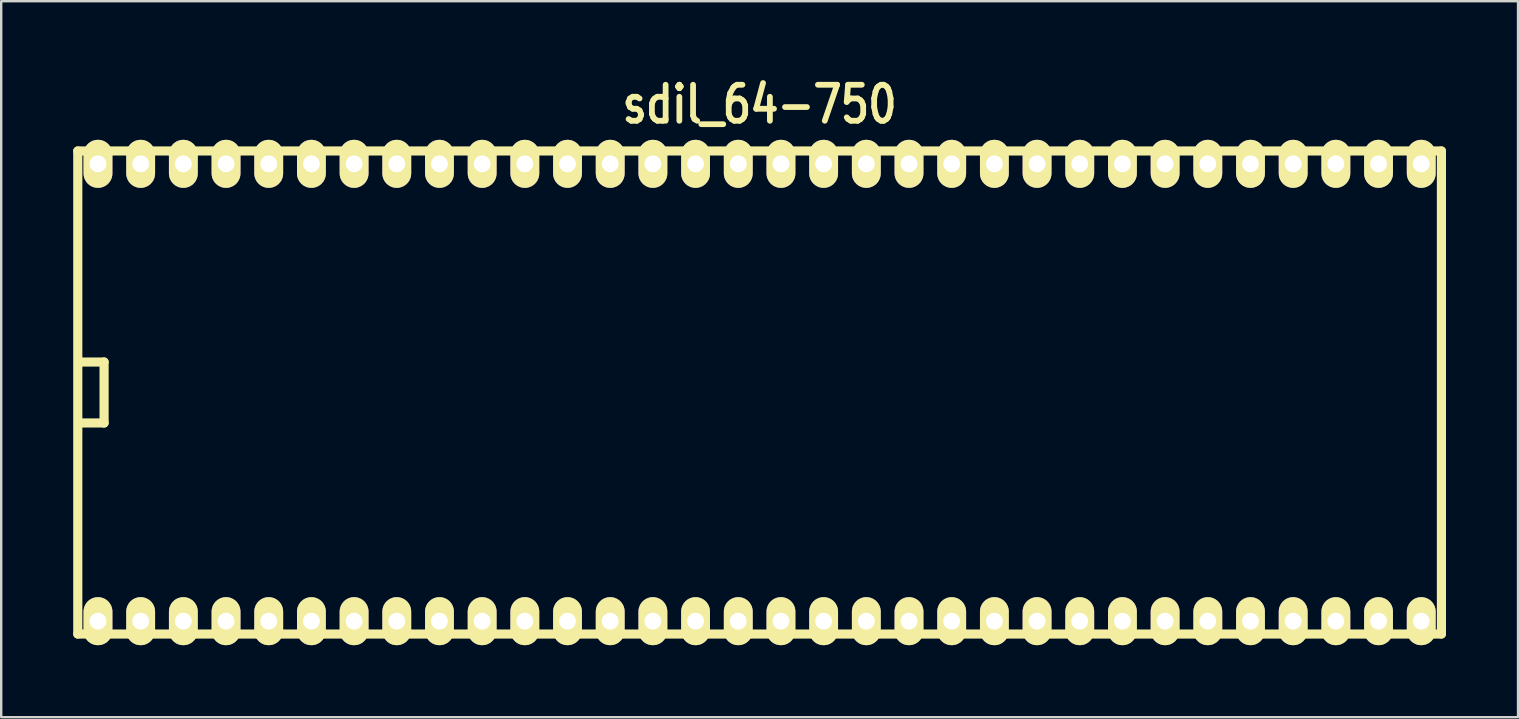
<source format=kicad_pcb>
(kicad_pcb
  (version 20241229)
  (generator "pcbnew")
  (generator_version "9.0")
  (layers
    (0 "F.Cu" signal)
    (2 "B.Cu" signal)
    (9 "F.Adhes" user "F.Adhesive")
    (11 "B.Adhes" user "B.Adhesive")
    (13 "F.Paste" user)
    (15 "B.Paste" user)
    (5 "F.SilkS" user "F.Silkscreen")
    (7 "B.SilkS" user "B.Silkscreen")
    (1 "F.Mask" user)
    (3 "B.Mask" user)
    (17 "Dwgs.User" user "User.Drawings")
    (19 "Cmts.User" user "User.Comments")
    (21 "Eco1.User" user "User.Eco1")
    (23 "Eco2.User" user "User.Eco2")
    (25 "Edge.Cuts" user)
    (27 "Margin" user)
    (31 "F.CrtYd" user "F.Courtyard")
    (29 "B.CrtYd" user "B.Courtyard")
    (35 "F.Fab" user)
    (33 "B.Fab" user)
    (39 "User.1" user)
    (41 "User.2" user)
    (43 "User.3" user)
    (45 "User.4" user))
  (footprint "sdil_64-750"
    (layer "F.Cu")
    (at 28.59 13.299)
    (property "Reference" "sdil_64-750" (at 0 -12 0) (layer "F.SilkS") (effects (font (size 1.5 1.2) (thickness 0.24))))
    (attr through_hole)
    (fp_line (start -28.4 -10.06) (end -28.4 10.06) (stroke (width 0.381) (type solid)) (layer "F.SilkS"))
    (fp_line (start -27.305 -1.27) (end -28.321 -1.27) (stroke (width 0.381) (type solid)) (layer "F.SilkS"))
    (fp_line (start -27.305 -1.27) (end -27.305 1.27) (stroke (width 0.381) (type solid)) (layer "F.SilkS"))
    (fp_line (start -27.305 1.27) (end -28.321 1.27) (stroke (width 0.381) (type solid)) (layer "F.SilkS"))
    (fp_line (start 28.4 -10.06) (end -28.4 -10.06) (stroke (width 0.381) (type solid)) (layer "F.SilkS"))
    (fp_line (start 28.4 10.06) (end -28.4 10.06) (stroke (width 0.381) (type solid)) (layer "F.SilkS"))
    (fp_line (start 28.4 10.06) (end 28.4 -10.06) (stroke (width 0.381) (type solid)) (layer "F.SilkS"))
    (pad "1" thru_hole oval (at -27.559 9.525) (size 1.2 2) (drill 0.7) (layers "*.Cu" "*.Mask" "F.SilkS"))
    (pad "2" thru_hole oval (at -25.781 9.525) (size 1.2 2) (drill 0.7) (layers "*.Cu" "*.Mask" "F.SilkS"))
    (pad "3" thru_hole oval (at -24.003 9.525) (size 1.2 2) (drill 0.7) (layers "*.Cu" "*.Mask" "F.SilkS"))
    (pad "4" thru_hole oval (at -22.225 9.525) (size 1.2 2) (drill 0.7) (layers "*.Cu" "*.Mask" "F.SilkS"))
    (pad "5" thru_hole oval (at -20.447 9.525) (size 1.2 2) (drill 0.7) (layers "*.Cu" "*.Mask" "F.SilkS"))
    (pad "6" thru_hole oval (at -18.669 9.525) (size 1.2 2) (drill 0.7) (layers "*.Cu" "*.Mask" "F.SilkS"))
    (pad "7" thru_hole oval (at -16.891 9.525) (size 1.2 2) (drill 0.7) (layers "*.Cu" "*.Mask" "F.SilkS"))
    (pad "8" thru_hole oval (at -15.113 9.525) (size 1.2 2) (drill 0.7) (layers "*.Cu" "*.Mask" "F.SilkS"))
    (pad "9" thru_hole oval (at -13.335 9.525) (size 1.2 2) (drill 0.7) (layers "*.Cu" "*.Mask" "F.SilkS"))
    (pad "10" thru_hole oval (at -11.557 9.525) (size 1.2 2) (drill 0.7) (layers "*.Cu" "*.Mask" "F.SilkS"))
    (pad "11" thru_hole oval (at -9.779 9.525) (size 1.2 2) (drill 0.7) (layers "*.Cu" "*.Mask" "F.SilkS"))
    (pad "12" thru_hole oval (at -8.001 9.525) (size 1.2 2) (drill 0.7) (layers "*.Cu" "*.Mask" "F.SilkS"))
    (pad "13" thru_hole oval (at -6.223 9.525) (size 1.2 2) (drill 0.7) (layers "*.Cu" "*.Mask" "F.SilkS"))
    (pad "14" thru_hole oval (at -4.445 9.525) (size 1.2 2) (drill 0.7) (layers "*.Cu" "*.Mask" "F.SilkS"))
    (pad "15" thru_hole oval (at -2.667 9.525) (size 1.2 2) (drill 0.7) (layers "*.Cu" "*.Mask" "F.SilkS"))
    (pad "16" thru_hole oval (at -0.889 9.525) (size 1.2 2) (drill 0.7) (layers "*.Cu" "*.Mask" "F.SilkS"))
    (pad "17" thru_hole oval (at 0.889 9.525) (size 1.2 2) (drill 0.7) (layers "*.Cu" "*.Mask" "F.SilkS"))
    (pad "18" thru_hole oval (at 2.667 9.525) (size 1.2 2) (drill 0.7) (layers "*.Cu" "*.Mask" "F.SilkS"))
    (pad "19" thru_hole oval (at 4.445 9.525) (size 1.2 2) (drill 0.7) (layers "*.Cu" "*.Mask" "F.SilkS"))
    (pad "20" thru_hole oval (at 6.223 9.525) (size 1.2 2) (drill 0.7) (layers "*.Cu" "*.Mask" "F.SilkS"))
    (pad "21" thru_hole oval (at 8.001 9.525) (size 1.2 2) (drill 0.7) (layers "*.Cu" "*.Mask" "F.SilkS"))
    (pad "22" thru_hole oval (at 9.779 9.525) (size 1.2 2) (drill 0.7) (layers "*.Cu" "*.Mask" "F.SilkS"))
    (pad "23" thru_hole oval (at 11.557 9.525) (size 1.2 2) (drill 0.7) (layers "*.Cu" "*.Mask" "F.SilkS"))
    (pad "24" thru_hole oval (at 13.335 9.525) (size 1.2 2) (drill 0.7) (layers "*.Cu" "*.Mask" "F.SilkS"))
    (pad "25" thru_hole oval (at 15.113 9.525) (size 1.2 2) (drill 0.7) (layers "*.Cu" "*.Mask" "F.SilkS"))
    (pad "26" thru_hole oval (at 16.891 9.525) (size 1.2 2) (drill 0.7) (layers "*.Cu" "*.Mask" "F.SilkS"))
    (pad "27" thru_hole oval (at 18.669 9.525) (size 1.2 2) (drill 0.7) (layers "*.Cu" "*.Mask" "F.SilkS"))
    (pad "28" thru_hole oval (at 20.447 9.525) (size 1.2 2) (drill 0.7) (layers "*.Cu" "*.Mask" "F.SilkS"))
    (pad "29" thru_hole oval (at 22.225 9.525) (size 1.2 2) (drill 0.7) (layers "*.Cu" "*.Mask" "F.SilkS"))
    (pad "30" thru_hole oval (at 24.003 9.525) (size 1.2 2) (drill 0.7) (layers "*.Cu" "*.Mask" "F.SilkS"))
    (pad "31" thru_hole oval (at 25.781 9.525) (size 1.2 2) (drill 0.7) (layers "*.Cu" "*.Mask" "F.SilkS"))
    (pad "32" thru_hole oval (at 27.559 9.525) (size 1.2 2) (drill 0.7) (layers "*.Cu" "*.Mask" "F.SilkS"))
    (pad "33" thru_hole oval (at 27.559 -9.525) (size 1.2 2) (drill 0.7) (layers "*.Cu" "*.Mask" "F.SilkS"))
    (pad "34" thru_hole oval (at 25.781 -9.525) (size 1.2 2) (drill 0.7) (layers "*.Cu" "*.Mask" "F.SilkS"))
    (pad "35" thru_hole oval (at 24.003 -9.525) (size 1.2 2) (drill 0.7) (layers "*.Cu" "*.Mask" "F.SilkS"))
    (pad "36" thru_hole oval (at 22.225 -9.525) (size 1.2 2) (drill 0.7) (layers "*.Cu" "*.Mask" "F.SilkS"))
    (pad "37" thru_hole oval (at 20.447 -9.525) (size 1.2 2) (drill 0.7) (layers "*.Cu" "*.Mask" "F.SilkS"))
    (pad "38" thru_hole oval (at 18.669 -9.525) (size 1.2 2) (drill 0.7) (layers "*.Cu" "*.Mask" "F.SilkS"))
    (pad "39" thru_hole oval (at 16.891 -9.525) (size 1.2 2) (drill 0.7) (layers "*.Cu" "*.Mask" "F.SilkS"))
    (pad "40" thru_hole oval (at 15.113 -9.525) (size 1.2 2) (drill 0.7) (layers "*.Cu" "*.Mask" "F.SilkS"))
    (pad "41" thru_hole oval (at 13.335 -9.525) (size 1.2 2) (drill 0.7) (layers "*.Cu" "*.Mask" "F.SilkS"))
    (pad "42" thru_hole oval (at 11.557 -9.525) (size 1.2 2) (drill 0.7) (layers "*.Cu" "*.Mask" "F.SilkS"))
    (pad "43" thru_hole oval (at 9.779 -9.525) (size 1.2 2) (drill 0.7) (layers "*.Cu" "*.Mask" "F.SilkS"))
    (pad "44" thru_hole oval (at 8.001 -9.525) (size 1.2 2) (drill 0.7) (layers "*.Cu" "*.Mask" "F.SilkS"))
    (pad "45" thru_hole oval (at 6.223 -9.525) (size 1.2 2) (drill 0.7) (layers "*.Cu" "*.Mask" "F.SilkS"))
    (pad "46" thru_hole oval (at 4.445 -9.525) (size 1.2 2) (drill 0.7) (layers "*.Cu" "*.Mask" "F.SilkS"))
    (pad "47" thru_hole oval (at 2.667 -9.525) (size 1.2 2) (drill 0.7) (layers "*.Cu" "*.Mask" "F.SilkS"))
    (pad "48" thru_hole oval (at 0.889 -9.525) (size 1.2 2) (drill 0.7) (layers "*.Cu" "*.Mask" "F.SilkS"))
    (pad "49" thru_hole oval (at -0.889 -9.525) (size 1.2 2) (drill 0.7) (layers "*.Cu" "*.Mask" "F.SilkS"))
    (pad "50" thru_hole oval (at -2.667 -9.525) (size 1.2 2) (drill 0.7) (layers "*.Cu" "*.Mask" "F.SilkS"))
    (pad "51" thru_hole oval (at -4.445 -9.525) (size 1.2 2) (drill 0.7) (layers "*.Cu" "*.Mask" "F.SilkS"))
    (pad "52" thru_hole oval (at -6.223 -9.525) (size 1.2 2) (drill 0.7) (layers "*.Cu" "*.Mask" "F.SilkS"))
    (pad "53" thru_hole oval (at -8.001 -9.525) (size 1.2 2) (drill 0.7) (layers "*.Cu" "*.Mask" "F.SilkS"))
    (pad "54" thru_hole oval (at -9.779 -9.525) (size 1.2 2) (drill 0.7) (layers "*.Cu" "*.Mask" "F.SilkS"))
    (pad "55" thru_hole oval (at -11.557 -9.525) (size 1.2 2) (drill 0.7) (layers "*.Cu" "*.Mask" "F.SilkS"))
    (pad "56" thru_hole oval (at -13.335 -9.525) (size 1.2 2) (drill 0.7) (layers "*.Cu" "*.Mask" "F.SilkS"))
    (pad "57" thru_hole oval (at -15.113 -9.525) (size 1.2 2) (drill 0.7) (layers "*.Cu" "*.Mask" "F.SilkS"))
    (pad "58" thru_hole oval (at -16.891 -9.525) (size 1.2 2) (drill 0.7) (layers "*.Cu" "*.Mask" "F.SilkS"))
    (pad "59" thru_hole oval (at -18.669 -9.525) (size 1.2 2) (drill 0.7) (layers "*.Cu" "*.Mask" "F.SilkS"))
    (pad "60" thru_hole oval (at -20.447 -9.525) (size 1.2 2) (drill 0.7) (layers "*.Cu" "*.Mask" "F.SilkS"))
    (pad "61" thru_hole oval (at -22.225 -9.525) (size 1.2 2) (drill 0.7) (layers "*.Cu" "*.Mask" "F.SilkS"))
    (pad "62" thru_hole oval (at -24.003 -9.525) (size 1.2 2) (drill 0.7) (layers "*.Cu" "*.Mask" "F.SilkS"))
    (pad "63" thru_hole oval (at -25.781 -9.525) (size 1.2 2) (drill 0.7) (layers "*.Cu" "*.Mask" "F.SilkS"))
    (pad "64" thru_hole oval (at -27.559 -9.525) (size 1.2 2) (drill 0.7) (layers "*.Cu" "*.Mask" "F.SilkS")))
  (gr_rect
    (start -3 -3)
    (end 60.181 26.824)
    (stroke (width 0.1) (type default))
    (fill no)
    (layer "Edge.Cuts")))
</source>
